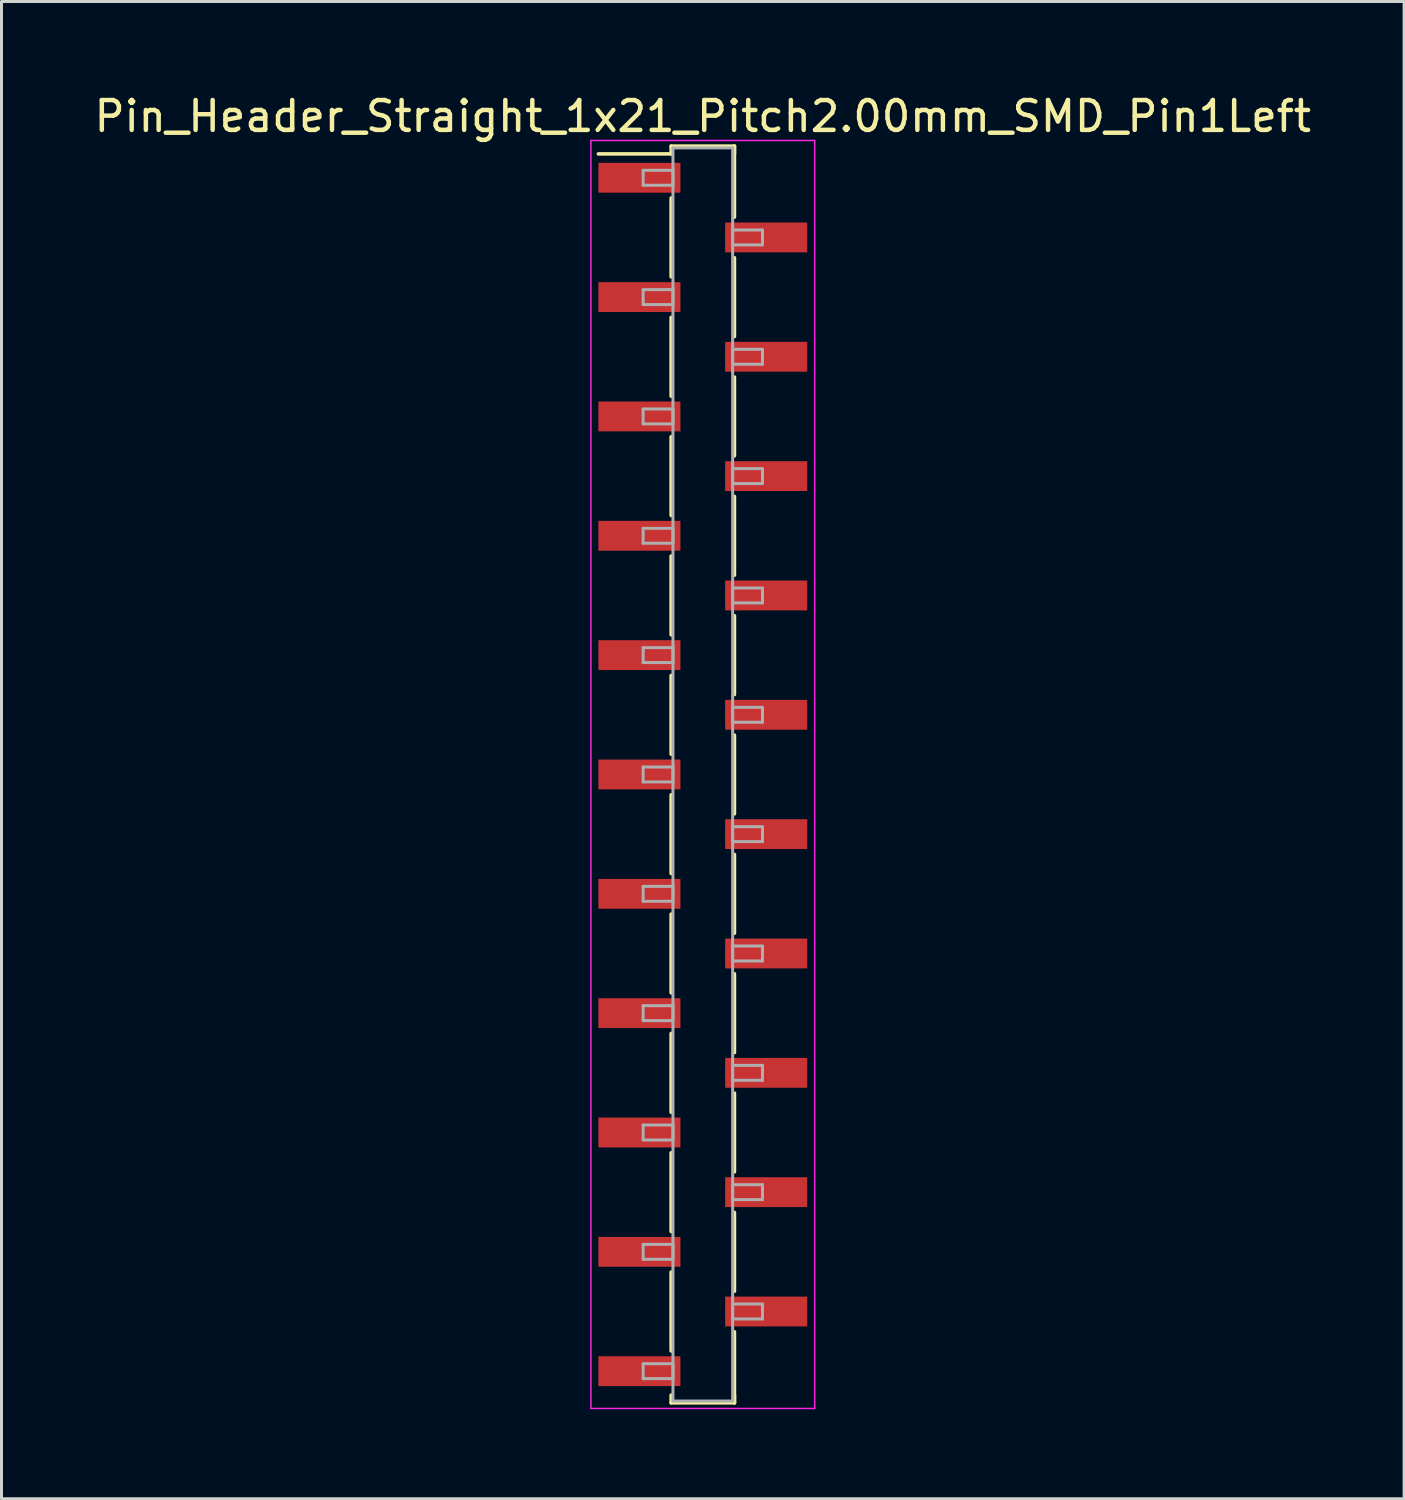
<source format=kicad_pcb>
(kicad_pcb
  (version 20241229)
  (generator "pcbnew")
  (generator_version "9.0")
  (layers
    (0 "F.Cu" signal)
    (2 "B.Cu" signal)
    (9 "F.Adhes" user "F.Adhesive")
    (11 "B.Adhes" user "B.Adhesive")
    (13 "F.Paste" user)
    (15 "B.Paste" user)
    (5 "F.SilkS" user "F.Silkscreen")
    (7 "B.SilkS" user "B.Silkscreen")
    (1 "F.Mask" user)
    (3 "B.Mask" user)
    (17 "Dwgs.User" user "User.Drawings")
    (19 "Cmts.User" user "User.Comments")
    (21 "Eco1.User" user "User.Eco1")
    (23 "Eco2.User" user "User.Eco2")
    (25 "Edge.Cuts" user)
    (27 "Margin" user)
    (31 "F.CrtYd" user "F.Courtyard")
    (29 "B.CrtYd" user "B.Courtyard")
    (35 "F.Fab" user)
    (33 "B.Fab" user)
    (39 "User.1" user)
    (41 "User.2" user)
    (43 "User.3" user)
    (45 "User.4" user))
  (footprint "Pin_Header_Straight_1x21_Pitch2.00mm_SMD_Pin1Left"
    (layer "F.Cu")
    (at 20.506 22.908)
    (property "Reference" "Pin_Header_Straight_1x21_Pitch2.00mm_SMD_Pin1Left" (at 0 -22.06 0) (layer "F.SilkS") (effects (font (size 1 1) (thickness 0.15))))
    (attr smd)
    (fp_line (start -1.06 -21.06) (end 1.06 -21.06) (stroke (width 0.12) (type solid)) (layer "F.SilkS"))
    (fp_line (start -1.06 -20.8) (end -3.5 -20.8) (stroke (width 0.12) (type solid)) (layer "F.SilkS"))
    (fp_line (start -1.06 -20.8) (end -1.06 -21.06) (stroke (width 0.12) (type solid)) (layer "F.SilkS"))
    (fp_line (start -1.06 -19.32) (end -1.06 -16.68) (stroke (width 0.12) (type solid)) (layer "F.SilkS"))
    (fp_line (start -1.06 -15.32) (end -1.06 -12.68) (stroke (width 0.12) (type solid)) (layer "F.SilkS"))
    (fp_line (start -1.06 -11.32) (end -1.06 -8.68) (stroke (width 0.12) (type solid)) (layer "F.SilkS"))
    (fp_line (start -1.06 -7.32) (end -1.06 -4.68) (stroke (width 0.12) (type solid)) (layer "F.SilkS"))
    (fp_line (start -1.06 -3.32) (end -1.06 -0.68) (stroke (width 0.12) (type solid)) (layer "F.SilkS"))
    (fp_line (start -1.06 0.68) (end -1.06 3.32) (stroke (width 0.12) (type solid)) (layer "F.SilkS"))
    (fp_line (start -1.06 4.68) (end -1.06 7.32) (stroke (width 0.12) (type solid)) (layer "F.SilkS"))
    (fp_line (start -1.06 8.68) (end -1.06 11.32) (stroke (width 0.12) (type solid)) (layer "F.SilkS"))
    (fp_line (start -1.06 12.68) (end -1.06 15.32) (stroke (width 0.12) (type solid)) (layer "F.SilkS"))
    (fp_line (start -1.06 16.68) (end -1.06 19.32) (stroke (width 0.12) (type solid)) (layer "F.SilkS"))
    (fp_line (start -1.06 20.8) (end -1.06 21.06) (stroke (width 0.12) (type solid)) (layer "F.SilkS"))
    (fp_line (start -1.06 21.06) (end 1.06 21.06) (stroke (width 0.12) (type solid)) (layer "F.SilkS"))
    (fp_line (start 1.06 -21.06) (end 1.06 -20.8) (stroke (width 0.12) (type solid)) (layer "F.SilkS"))
    (fp_line (start 1.06 -21.06) (end 1.06 -18.68) (stroke (width 0.12) (type solid)) (layer "F.SilkS"))
    (fp_line (start 1.06 -17.32) (end 1.06 -14.68) (stroke (width 0.12) (type solid)) (layer "F.SilkS"))
    (fp_line (start 1.06 -13.32) (end 1.06 -10.68) (stroke (width 0.12) (type solid)) (layer "F.SilkS"))
    (fp_line (start 1.06 -9.32) (end 1.06 -6.68) (stroke (width 0.12) (type solid)) (layer "F.SilkS"))
    (fp_line (start 1.06 -5.32) (end 1.06 -2.68) (stroke (width 0.12) (type solid)) (layer "F.SilkS"))
    (fp_line (start 1.06 -1.32) (end 1.06 1.32) (stroke (width 0.12) (type solid)) (layer "F.SilkS"))
    (fp_line (start 1.06 2.68) (end 1.06 5.32) (stroke (width 0.12) (type solid)) (layer "F.SilkS"))
    (fp_line (start 1.06 6.68) (end 1.06 9.32) (stroke (width 0.12) (type solid)) (layer "F.SilkS"))
    (fp_line (start 1.06 10.68) (end 1.06 13.32) (stroke (width 0.12) (type solid)) (layer "F.SilkS"))
    (fp_line (start 1.06 14.68) (end 1.06 17.32) (stroke (width 0.12) (type solid)) (layer "F.SilkS"))
    (fp_line (start 1.06 18.68) (end 1.06 21.06) (stroke (width 0.12) (type solid)) (layer "F.SilkS"))
    (fp_line (start 1.06 21.06) (end 1.06 20.8) (stroke (width 0.12) (type solid)) (layer "F.SilkS"))
    (fp_line (start -3.75 -21.25) (end -3.75 21.25) (stroke (width 0.05) (type solid)) (layer "F.CrtYd"))
    (fp_line (start -3.75 21.25) (end 3.75 21.25) (stroke (width 0.05) (type solid)) (layer "F.CrtYd"))
    (fp_line (start 3.75 -21.25) (end -3.75 -21.25) (stroke (width 0.05) (type solid)) (layer "F.CrtYd"))
    (fp_line (start 3.75 21.25) (end 3.75 -21.25) (stroke (width 0.05) (type solid)) (layer "F.CrtYd"))
    (fp_line (start -2 -20.25) (end -1 -20.25) (stroke (width 0.1) (type solid)) (layer "F.Fab"))
    (fp_line (start -2 -19.75) (end -2 -20.25) (stroke (width 0.1) (type solid)) (layer "F.Fab"))
    (fp_line (start -2 -16.25) (end -1 -16.25) (stroke (width 0.1) (type solid)) (layer "F.Fab"))
    (fp_line (start -2 -15.75) (end -2 -16.25) (stroke (width 0.1) (type solid)) (layer "F.Fab"))
    (fp_line (start -2 -12.25) (end -1 -12.25) (stroke (width 0.1) (type solid)) (layer "F.Fab"))
    (fp_line (start -2 -11.75) (end -2 -12.25) (stroke (width 0.1) (type solid)) (layer "F.Fab"))
    (fp_line (start -2 -8.25) (end -1 -8.25) (stroke (width 0.1) (type solid)) (layer "F.Fab"))
    (fp_line (start -2 -7.75) (end -2 -8.25) (stroke (width 0.1) (type solid)) (layer "F.Fab"))
    (fp_line (start -2 -4.25) (end -1 -4.25) (stroke (width 0.1) (type solid)) (layer "F.Fab"))
    (fp_line (start -2 -3.75) (end -2 -4.25) (stroke (width 0.1) (type solid)) (layer "F.Fab"))
    (fp_line (start -2 -0.25) (end -1 -0.25) (stroke (width 0.1) (type solid)) (layer "F.Fab"))
    (fp_line (start -2 0.25) (end -2 -0.25) (stroke (width 0.1) (type solid)) (layer "F.Fab"))
    (fp_line (start -2 3.75) (end -1 3.75) (stroke (width 0.1) (type solid)) (layer "F.Fab"))
    (fp_line (start -2 4.25) (end -2 3.75) (stroke (width 0.1) (type solid)) (layer "F.Fab"))
    (fp_line (start -2 7.75) (end -1 7.75) (stroke (width 0.1) (type solid)) (layer "F.Fab"))
    (fp_line (start -2 8.25) (end -2 7.75) (stroke (width 0.1) (type solid)) (layer "F.Fab"))
    (fp_line (start -2 11.75) (end -1 11.75) (stroke (width 0.1) (type solid)) (layer "F.Fab"))
    (fp_line (start -2 12.25) (end -2 11.75) (stroke (width 0.1) (type solid)) (layer "F.Fab"))
    (fp_line (start -2 15.75) (end -1 15.75) (stroke (width 0.1) (type solid)) (layer "F.Fab"))
    (fp_line (start -2 16.25) (end -2 15.75) (stroke (width 0.1) (type solid)) (layer "F.Fab"))
    (fp_line (start -2 19.75) (end -1 19.75) (stroke (width 0.1) (type solid)) (layer "F.Fab"))
    (fp_line (start -2 20.25) (end -2 19.75) (stroke (width 0.1) (type solid)) (layer "F.Fab"))
    (fp_line (start -1 -21) (end -1 21) (stroke (width 0.1) (type solid)) (layer "F.Fab"))
    (fp_line (start -1 -20.25) (end -1 -19.75) (stroke (width 0.1) (type solid)) (layer "F.Fab"))
    (fp_line (start -1 -19.75) (end -2 -19.75) (stroke (width 0.1) (type solid)) (layer "F.Fab"))
    (fp_line (start -1 -16.25) (end -1 -15.75) (stroke (width 0.1) (type solid)) (layer "F.Fab"))
    (fp_line (start -1 -15.75) (end -2 -15.75) (stroke (width 0.1) (type solid)) (layer "F.Fab"))
    (fp_line (start -1 -12.25) (end -1 -11.75) (stroke (width 0.1) (type solid)) (layer "F.Fab"))
    (fp_line (start -1 -11.75) (end -2 -11.75) (stroke (width 0.1) (type solid)) (layer "F.Fab"))
    (fp_line (start -1 -8.25) (end -1 -7.75) (stroke (width 0.1) (type solid)) (layer "F.Fab"))
    (fp_line (start -1 -7.75) (end -2 -7.75) (stroke (width 0.1) (type solid)) (layer "F.Fab"))
    (fp_line (start -1 -4.25) (end -1 -3.75) (stroke (width 0.1) (type solid)) (layer "F.Fab"))
    (fp_line (start -1 -3.75) (end -2 -3.75) (stroke (width 0.1) (type solid)) (layer "F.Fab"))
    (fp_line (start -1 -0.25) (end -1 0.25) (stroke (width 0.1) (type solid)) (layer "F.Fab"))
    (fp_line (start -1 0.25) (end -2 0.25) (stroke (width 0.1) (type solid)) (layer "F.Fab"))
    (fp_line (start -1 3.75) (end -1 4.25) (stroke (width 0.1) (type solid)) (layer "F.Fab"))
    (fp_line (start -1 4.25) (end -2 4.25) (stroke (width 0.1) (type solid)) (layer "F.Fab"))
    (fp_line (start -1 7.75) (end -1 8.25) (stroke (width 0.1) (type solid)) (layer "F.Fab"))
    (fp_line (start -1 8.25) (end -2 8.25) (stroke (width 0.1) (type solid)) (layer "F.Fab"))
    (fp_line (start -1 11.75) (end -1 12.25) (stroke (width 0.1) (type solid)) (layer "F.Fab"))
    (fp_line (start -1 12.25) (end -2 12.25) (stroke (width 0.1) (type solid)) (layer "F.Fab"))
    (fp_line (start -1 15.75) (end -1 16.25) (stroke (width 0.1) (type solid)) (layer "F.Fab"))
    (fp_line (start -1 16.25) (end -2 16.25) (stroke (width 0.1) (type solid)) (layer "F.Fab"))
    (fp_line (start -1 19.75) (end -1 20.25) (stroke (width 0.1) (type solid)) (layer "F.Fab"))
    (fp_line (start -1 20.25) (end -2 20.25) (stroke (width 0.1) (type solid)) (layer "F.Fab"))
    (fp_line (start -1 21) (end 1 21) (stroke (width 0.1) (type solid)) (layer "F.Fab"))
    (fp_line (start 1 -21) (end -1 -21) (stroke (width 0.1) (type solid)) (layer "F.Fab"))
    (fp_line (start 1 -18.25) (end 1 -17.75) (stroke (width 0.1) (type solid)) (layer "F.Fab"))
    (fp_line (start 1 -17.75) (end 2 -17.75) (stroke (width 0.1) (type solid)) (layer "F.Fab"))
    (fp_line (start 1 -14.25) (end 1 -13.75) (stroke (width 0.1) (type solid)) (layer "F.Fab"))
    (fp_line (start 1 -13.75) (end 2 -13.75) (stroke (width 0.1) (type solid)) (layer "F.Fab"))
    (fp_line (start 1 -10.25) (end 1 -9.75) (stroke (width 0.1) (type solid)) (layer "F.Fab"))
    (fp_line (start 1 -9.75) (end 2 -9.75) (stroke (width 0.1) (type solid)) (layer "F.Fab"))
    (fp_line (start 1 -6.25) (end 1 -5.75) (stroke (width 0.1) (type solid)) (layer "F.Fab"))
    (fp_line (start 1 -5.75) (end 2 -5.75) (stroke (width 0.1) (type solid)) (layer "F.Fab"))
    (fp_line (start 1 -2.25) (end 1 -1.75) (stroke (width 0.1) (type solid)) (layer "F.Fab"))
    (fp_line (start 1 -1.75) (end 2 -1.75) (stroke (width 0.1) (type solid)) (layer "F.Fab"))
    (fp_line (start 1 1.75) (end 1 2.25) (stroke (width 0.1) (type solid)) (layer "F.Fab"))
    (fp_line (start 1 2.25) (end 2 2.25) (stroke (width 0.1) (type solid)) (layer "F.Fab"))
    (fp_line (start 1 5.75) (end 1 6.25) (stroke (width 0.1) (type solid)) (layer "F.Fab"))
    (fp_line (start 1 6.25) (end 2 6.25) (stroke (width 0.1) (type solid)) (layer "F.Fab"))
    (fp_line (start 1 9.75) (end 1 10.25) (stroke (width 0.1) (type solid)) (layer "F.Fab"))
    (fp_line (start 1 10.25) (end 2 10.25) (stroke (width 0.1) (type solid)) (layer "F.Fab"))
    (fp_line (start 1 13.75) (end 1 14.25) (stroke (width 0.1) (type solid)) (layer "F.Fab"))
    (fp_line (start 1 14.25) (end 2 14.25) (stroke (width 0.1) (type solid)) (layer "F.Fab"))
    (fp_line (start 1 17.75) (end 1 18.25) (stroke (width 0.1) (type solid)) (layer "F.Fab"))
    (fp_line (start 1 18.25) (end 2 18.25) (stroke (width 0.1) (type solid)) (layer "F.Fab"))
    (fp_line (start 1 21) (end 1 -21) (stroke (width 0.1) (type solid)) (layer "F.Fab"))
    (fp_line (start 2 -18.25) (end 1 -18.25) (stroke (width 0.1) (type solid)) (layer "F.Fab"))
    (fp_line (start 2 -17.75) (end 2 -18.25) (stroke (width 0.1) (type solid)) (layer "F.Fab"))
    (fp_line (start 2 -14.25) (end 1 -14.25) (stroke (width 0.1) (type solid)) (layer "F.Fab"))
    (fp_line (start 2 -13.75) (end 2 -14.25) (stroke (width 0.1) (type solid)) (layer "F.Fab"))
    (fp_line (start 2 -10.25) (end 1 -10.25) (stroke (width 0.1) (type solid)) (layer "F.Fab"))
    (fp_line (start 2 -9.75) (end 2 -10.25) (stroke (width 0.1) (type solid)) (layer "F.Fab"))
    (fp_line (start 2 -6.25) (end 1 -6.25) (stroke (width 0.1) (type solid)) (layer "F.Fab"))
    (fp_line (start 2 -5.75) (end 2 -6.25) (stroke (width 0.1) (type solid)) (layer "F.Fab"))
    (fp_line (start 2 -2.25) (end 1 -2.25) (stroke (width 0.1) (type solid)) (layer "F.Fab"))
    (fp_line (start 2 -1.75) (end 2 -2.25) (stroke (width 0.1) (type solid)) (layer "F.Fab"))
    (fp_line (start 2 1.75) (end 1 1.75) (stroke (width 0.1) (type solid)) (layer "F.Fab"))
    (fp_line (start 2 2.25) (end 2 1.75) (stroke (width 0.1) (type solid)) (layer "F.Fab"))
    (fp_line (start 2 5.75) (end 1 5.75) (stroke (width 0.1) (type solid)) (layer "F.Fab"))
    (fp_line (start 2 6.25) (end 2 5.75) (stroke (width 0.1) (type solid)) (layer "F.Fab"))
    (fp_line (start 2 9.75) (end 1 9.75) (stroke (width 0.1) (type solid)) (layer "F.Fab"))
    (fp_line (start 2 10.25) (end 2 9.75) (stroke (width 0.1) (type solid)) (layer "F.Fab"))
    (fp_line (start 2 13.75) (end 1 13.75) (stroke (width 0.1) (type solid)) (layer "F.Fab"))
    (fp_line (start 2 14.25) (end 2 13.75) (stroke (width 0.1) (type solid)) (layer "F.Fab"))
    (fp_line (start 2 17.75) (end 1 17.75) (stroke (width 0.1) (type solid)) (layer "F.Fab"))
    (fp_line (start 2 18.25) (end 2 17.75) (stroke (width 0.1) (type solid)) (layer "F.Fab"))
    (pad "1" smd rect (at -2.125 -20) (size 2.75 1) (layers "F.Cu" "F.Mask"))
    (pad "2" smd rect (at 2.125 -18) (size 2.75 1) (layers "F.Cu" "F.Mask"))
    (pad "3" smd rect (at -2.125 -16) (size 2.75 1) (layers "F.Cu" "F.Mask"))
    (pad "4" smd rect (at 2.125 -14) (size 2.75 1) (layers "F.Cu" "F.Mask"))
    (pad "5" smd rect (at -2.125 -12) (size 2.75 1) (layers "F.Cu" "F.Mask"))
    (pad "6" smd rect (at 2.125 -10) (size 2.75 1) (layers "F.Cu" "F.Mask"))
    (pad "7" smd rect (at -2.125 -8) (size 2.75 1) (layers "F.Cu" "F.Mask"))
    (pad "8" smd rect (at 2.125 -6) (size 2.75 1) (layers "F.Cu" "F.Mask"))
    (pad "9" smd rect (at -2.125 -4) (size 2.75 1) (layers "F.Cu" "F.Mask"))
    (pad "10" smd rect (at 2.125 -2) (size 2.75 1) (layers "F.Cu" "F.Mask"))
    (pad "11" smd rect (at -2.125 0) (size 2.75 1) (layers "F.Cu" "F.Mask"))
    (pad "12" smd rect (at 2.125 2) (size 2.75 1) (layers "F.Cu" "F.Mask"))
    (pad "13" smd rect (at -2.125 4) (size 2.75 1) (layers "F.Cu" "F.Mask"))
    (pad "14" smd rect (at 2.125 6) (size 2.75 1) (layers "F.Cu" "F.Mask"))
    (pad "15" smd rect (at -2.125 8) (size 2.75 1) (layers "F.Cu" "F.Mask"))
    (pad "16" smd rect (at 2.125 10) (size 2.75 1) (layers "F.Cu" "F.Mask"))
    (pad "17" smd rect (at -2.125 12) (size 2.75 1) (layers "F.Cu" "F.Mask"))
    (pad "18" smd rect (at 2.125 14) (size 2.75 1) (layers "F.Cu" "F.Mask"))
    (pad "19" smd rect (at -2.125 16) (size 2.75 1) (layers "F.Cu" "F.Mask"))
    (pad "20" smd rect (at 2.125 18) (size 2.75 1) (layers "F.Cu" "F.Mask"))
    (pad "21" smd rect (at -2.125 20) (size 2.75 1) (layers "F.Cu" "F.Mask")))
  (gr_rect
    (start -3 -3)
    (end 44.012 47.183)
    (stroke (width 0.1) (type default))
    (fill no)
    (layer "Edge.Cuts")))
</source>
